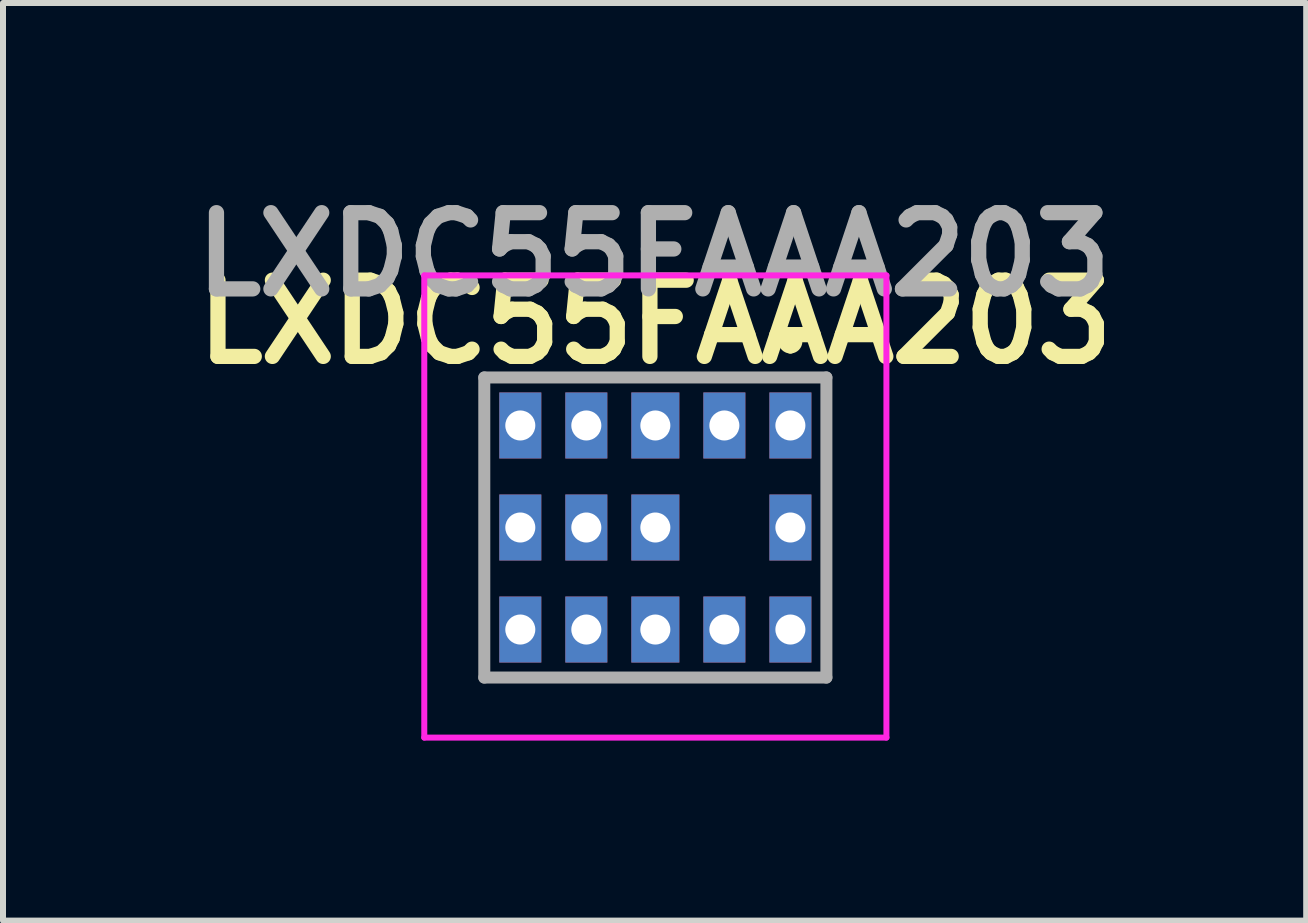
<source format=kicad_pcb>
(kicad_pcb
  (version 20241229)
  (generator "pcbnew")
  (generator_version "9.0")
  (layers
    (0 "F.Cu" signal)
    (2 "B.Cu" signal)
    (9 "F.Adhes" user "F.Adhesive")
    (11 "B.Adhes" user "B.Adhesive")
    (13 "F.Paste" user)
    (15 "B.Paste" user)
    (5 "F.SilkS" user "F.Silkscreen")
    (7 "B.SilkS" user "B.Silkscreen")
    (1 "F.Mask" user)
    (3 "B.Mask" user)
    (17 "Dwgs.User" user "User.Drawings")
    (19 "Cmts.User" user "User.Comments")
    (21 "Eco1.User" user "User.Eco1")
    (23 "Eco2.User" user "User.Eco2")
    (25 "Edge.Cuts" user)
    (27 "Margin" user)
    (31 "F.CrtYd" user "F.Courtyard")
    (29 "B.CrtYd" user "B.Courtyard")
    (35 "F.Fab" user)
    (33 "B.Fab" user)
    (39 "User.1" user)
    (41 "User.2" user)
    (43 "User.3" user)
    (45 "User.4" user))
  (footprint "LXDC55FAAA203"
    (layer "F.Cu")
    (at 10.119 4.039)
    (property "Reference" "LXDC55FAAA203" (at -2.25 -1.725 0) (layer "F.SilkS") (effects (font (size 1.27 1.27) (thickness 0.254))))
    (attr smd)
    (fp_line (start -5.1 -0.8) (end 0.6 -0.8) (stroke (width 0.1) (type solid)) (layer "F.SilkS"))
    (fp_line (start -5.1 4.2) (end -5.1 -0.8) (stroke (width 0.1) (type solid)) (layer "F.SilkS"))
    (fp_line (start 0 -1.5) (end 0 -1.5) (stroke (width 0.2) (type solid)) (layer "F.SilkS"))
    (fp_line (start 0 -1.3) (end 0 -1.3) (stroke (width 0.2) (type solid)) (layer "F.SilkS"))
    (fp_line (start 0.6 -0.8) (end 0.6 4.2) (stroke (width 0.1) (type solid)) (layer "F.SilkS"))
    (fp_line (start 0.6 4.2) (end -5.1 4.2) (stroke (width 0.1) (type solid)) (layer "F.SilkS"))
    (fp_arc (start 0 -1.5) (mid 0.1 -1.4) (end 0 -1.3) (stroke (width 0.2) (type solid)) (layer "F.SilkS"))
    (fp_arc (start 0 -1.3) (mid -0.1 -1.4) (end 0 -1.5) (stroke (width 0.2) (type solid)) (layer "F.SilkS"))
    (fp_line (start -6.1 -2.5) (end 1.6 -2.5) (stroke (width 0.1) (type solid)) (layer "F.CrtYd"))
    (fp_line (start -6.1 5.2) (end -6.1 -2.5) (stroke (width 0.1) (type solid)) (layer "F.CrtYd"))
    (fp_line (start 1.6 -2.5) (end 1.6 5.2) (stroke (width 0.1) (type solid)) (layer "F.CrtYd"))
    (fp_line (start 1.6 5.2) (end -6.1 5.2) (stroke (width 0.1) (type solid)) (layer "F.CrtYd"))
    (fp_line (start -5.1 -0.8) (end 0.6 -0.8) (stroke (width 0.2) (type solid)) (layer "F.Fab"))
    (fp_line (start -5.1 4.2) (end -5.1 -0.8) (stroke (width 0.2) (type solid)) (layer "F.Fab"))
    (fp_line (start 0.6 -0.8) (end 0.6 4.2) (stroke (width 0.2) (type solid)) (layer "F.Fab"))
    (fp_line (start 0.6 4.2) (end -5.1 4.2) (stroke (width 0.2) (type solid)) (layer "F.Fab"))
    (fp_text user "${REFERENCE}" (at -2.275 -2.85 0) (layer "F.Fab") (effects (font (size 1.27 1.27) (thickness 0.254))))
    (pad "1" thru_hole rect (at 0 0) (size 0.7 1.1) (drill 0.5) (layers "*.Cu" "*.Mask"))
    (pad "2" thru_hole rect (at -1.1 0) (size 0.7 1.1) (drill 0.5) (layers "*.Cu" "*.Mask"))
    (pad "3" thru_hole rect (at -2.25 0) (size 0.8 1.1) (drill 0.5) (layers "*.Cu" "*.Mask"))
    (pad "4" thru_hole rect (at -3.4 0) (size 0.7 1.1) (drill 0.5) (layers "*.Cu" "*.Mask"))
    (pad "5" thru_hole rect (at -4.5 0) (size 0.7 1.1) (drill 0.5) (layers "*.Cu" "*.Mask"))
    (pad "6" thru_hole rect (at -4.5 1.7) (size 0.7 1.1) (drill 0.5) (layers "*.Cu" "*.Mask"))
    (pad "7" thru_hole rect (at -4.5 3.4) (size 0.7 1.1) (drill 0.5) (layers "*.Cu" "*.Mask"))
    (pad "8" thru_hole rect (at -3.4 3.4) (size 0.7 1.1) (drill 0.5) (layers "*.Cu" "*.Mask"))
    (pad "9" thru_hole rect (at -2.25 3.4) (size 0.8 1.1) (drill 0.5) (layers "*.Cu" "*.Mask"))
    (pad "10" thru_hole rect (at -1.1 3.4) (size 0.7 1.1) (drill 0.5) (layers "*.Cu" "*.Mask"))
    (pad "11" thru_hole rect (at 0 3.4) (size 0.7 1.1) (drill 0.5) (layers "*.Cu" "*.Mask"))
    (pad "12" thru_hole rect (at 0 1.7) (size 0.7 1.1) (drill 0.5) (layers "*.Cu" "*.Mask"))
    (pad "13" thru_hole rect (at -2.25 1.7) (size 0.8 1.1) (drill 0.5) (layers "*.Cu" "*.Mask"))
    (pad "14" thru_hole rect (at -3.4 1.7) (size 0.7 1.1) (drill 0.5) (layers "*.Cu" "*.Mask")))
  (gr_rect
    (start -3 -3)
    (end 18.713 12.289)
    (stroke (width 0.1) (type default))
    (fill no)
    (layer "Edge.Cuts")))
</source>
